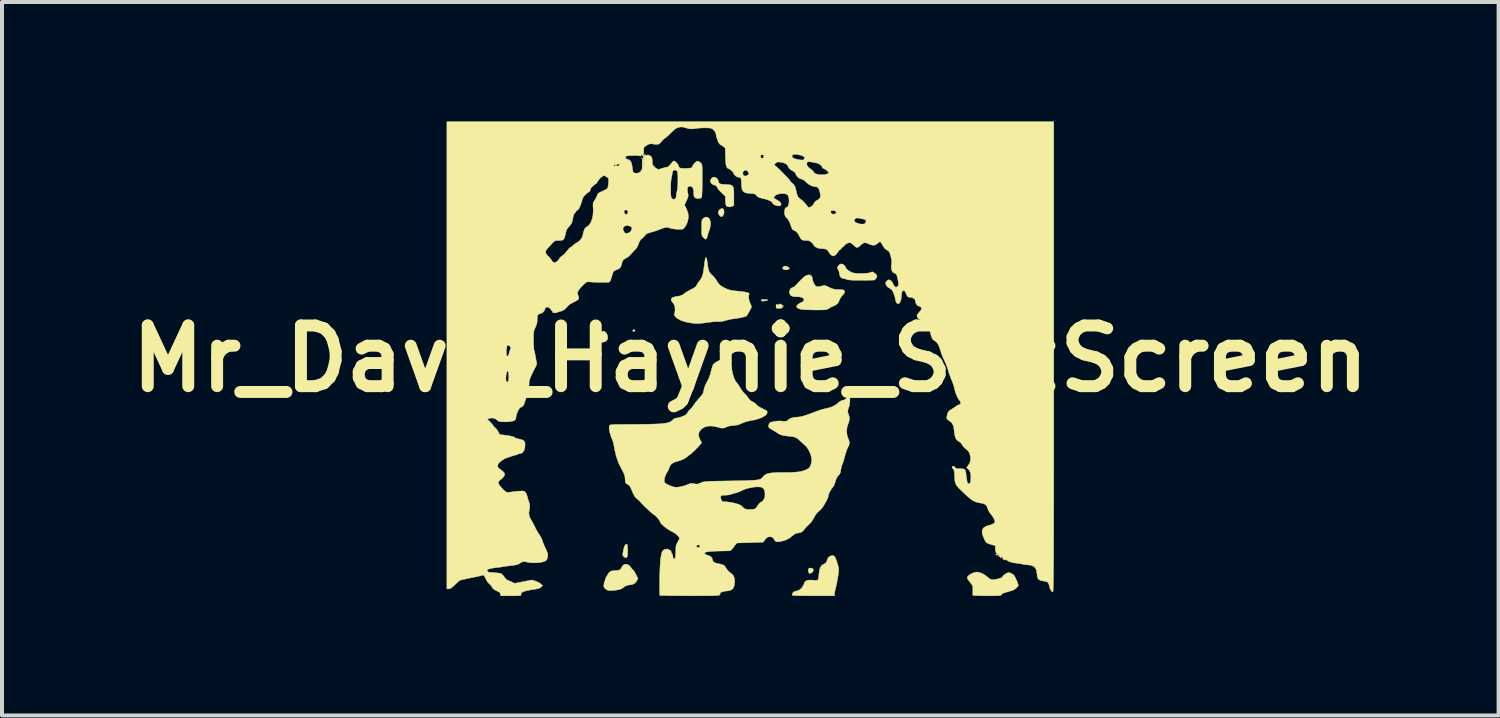
<source format=kicad_pcb>
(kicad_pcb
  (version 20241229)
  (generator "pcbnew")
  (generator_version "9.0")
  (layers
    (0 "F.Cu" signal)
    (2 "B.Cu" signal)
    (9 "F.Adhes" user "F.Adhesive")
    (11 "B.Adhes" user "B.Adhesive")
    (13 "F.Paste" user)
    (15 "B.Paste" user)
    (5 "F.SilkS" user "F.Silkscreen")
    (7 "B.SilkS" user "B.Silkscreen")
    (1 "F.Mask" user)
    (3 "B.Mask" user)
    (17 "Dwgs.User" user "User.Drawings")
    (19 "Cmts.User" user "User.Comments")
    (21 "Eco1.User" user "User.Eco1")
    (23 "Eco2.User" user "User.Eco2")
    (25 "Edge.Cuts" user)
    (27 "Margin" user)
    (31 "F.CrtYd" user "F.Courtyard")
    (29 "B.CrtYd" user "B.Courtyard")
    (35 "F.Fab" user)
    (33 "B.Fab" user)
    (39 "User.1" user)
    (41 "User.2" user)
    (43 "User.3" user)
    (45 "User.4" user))
  (footprint "Mr_Dave_Haynie_SilkScreen"
    (layer "F.Cu")
    (at 15.792 5.958)
    (property "Reference" "Mr_Dave_Haynie_SilkScreen" (at 0 0 0) (layer "F.SilkS") (effects (font (size 1.524 1.524) (thickness 0.3))))
    (attr through_hole)
    (fp_poly (pts (xy -2.731 -5.04) (xy -2.738 -5.032) (xy -2.746 -5.04) (xy -2.738 -5.048) (xy -2.731 -5.04)) (stroke (width 0.01) (type solid)) (fill yes) (layer "F.SilkS"))
    (fp_poly (pts (xy 6.334 5.024) (xy 6.326 5.032) (xy 6.318 5.024) (xy 6.326 5.016) (xy 6.334 5.024)) (stroke (width 0.01) (type solid)) (fill yes) (layer "F.SilkS"))
    (fp_poly (pts (xy 6.191 4.917) (xy 6.191 4.921) (xy 6.186 4.937) (xy 6.184 4.937) (xy 6.171 4.926) (xy 6.167 4.921) (xy 6.169 4.907) (xy 6.174 4.905) (xy 6.191 4.917)) (stroke (width 0.01) (type solid)) (fill yes) (layer "F.SilkS"))
    (fp_poly (pts (xy 0.412 -1.484) (xy 0.44 -1.477) (xy 0.437 -1.468) (xy 0.405 -1.459) (xy 0.385 -1.455) (xy 0.332 -1.447) (xy 0.302 -1.446) (xy 0.286 -1.451) (xy 0.28 -1.455) (xy 0.27 -1.473) (xy 0.285 -1.483) (xy 0.328 -1.487) (xy 0.357 -1.487) (xy 0.412 -1.484)) (stroke (width 0.01) (type solid)) (fill yes) (layer "F.SilkS"))
    (fp_poly (pts (xy 1.559 5.266) (xy 1.583 5.293) (xy 1.583 5.328) (xy 1.558 5.362) (xy 1.541 5.373) (xy 1.504 5.392) (xy 1.484 5.393) (xy 1.471 5.374) (xy 1.46 5.35) (xy 1.452 5.302) (xy 1.468 5.268) (xy 1.509 5.255) (xy 1.515 5.255) (xy 1.559 5.266)) (stroke (width 0.01) (type solid)) (fill yes) (layer "F.SilkS"))
    (fp_poly (pts (xy -2.899 -0.72) (xy -2.895 -0.706) (xy -2.908 -0.687) (xy -2.924 -0.683) (xy -2.948 -0.693) (xy -2.953 -0.706) (xy -2.937 -0.706) (xy -2.929 -0.699) (xy -2.921 -0.706) (xy -2.929 -0.714) (xy -2.937 -0.706) (xy -2.953 -0.706) (xy -2.94 -0.726) (xy -2.924 -0.73) (xy -2.899 -0.72)) (stroke (width 0.01) (type solid)) (fill yes) (layer "F.SilkS"))
    (fp_poly (pts (xy -0.67 -3.746) (xy -0.666 -3.736) (xy -0.657 -3.676) (xy -0.671 -3.618) (xy -0.697 -3.581) (xy -0.718 -3.566) (xy -0.738 -3.569) (xy -0.767 -3.592) (xy -0.802 -3.638) (xy -0.807 -3.687) (xy -0.782 -3.732) (xy -0.768 -3.745) (xy -0.723 -3.773) (xy -0.692 -3.773) (xy -0.67 -3.746)) (stroke (width 0.01) (type solid)) (fill yes) (layer "F.SilkS"))
    (fp_poly (pts (xy 0.908 -2.321) (xy 0.932 -2.309) (xy 0.971 -2.284) (xy 0.982 -2.266) (xy 0.966 -2.25) (xy 0.956 -2.246) (xy 0.902 -2.23) (xy 0.854 -2.236) (xy 0.845 -2.239) (xy 0.815 -2.262) (xy 0.814 -2.291) (xy 0.842 -2.318) (xy 0.844 -2.319) (xy 0.875 -2.329) (xy 0.908 -2.321)) (stroke (width 0.01) (type solid)) (fill yes) (layer "F.SilkS"))
    (fp_poly (pts (xy -3.097 4.658) (xy -3.09 4.678) (xy -3.084 4.721) (xy -3.081 4.778) (xy -3.08 4.841) (xy -3.082 4.901) (xy -3.086 4.949) (xy -3.09 4.965) (xy -3.109 4.994) (xy -3.14 4.996) (xy -3.178 4.971) (xy -3.181 4.969) (xy -3.194 4.954) (xy -3.202 4.938) (xy -3.204 4.916) (xy -3.199 4.879) (xy -3.189 4.823) (xy -3.177 4.765) (xy -3.16 4.709) (xy -3.136 4.67) (xy -3.111 4.655) (xy -3.097 4.658)) (stroke (width 0.01) (type solid)) (fill yes) (layer "F.SilkS"))
    (fp_poly (pts (xy -3.641 -0.673) (xy -3.604 -0.626) (xy -3.58 -0.555) (xy -3.58 -0.554) (xy -3.583 -0.496) (xy -3.611 -0.452) (xy -3.661 -0.423) (xy -3.728 -0.411) (xy -3.803 -0.42) (xy -3.864 -0.436) (xy -3.899 -0.451) (xy -3.916 -0.47) (xy -3.921 -0.497) (xy -3.921 -0.5) (xy -3.911 -0.536) (xy -3.886 -0.577) (xy -3.855 -0.613) (xy -3.825 -0.633) (xy -3.817 -0.635) (xy -3.796 -0.643) (xy -3.794 -0.649) (xy -3.781 -0.664) (xy -3.749 -0.682) (xy -3.746 -0.683) (xy -3.689 -0.692) (xy -3.641 -0.673)) (stroke (width 0.01) (type solid)) (fill yes) (layer "F.SilkS"))
    (fp_poly (pts (xy -1.038 -3.528) (xy -1.033 -3.522) (xy -1.011 -3.476) (xy -1 -3.411) (xy -1.002 -3.337) (xy -1.016 -3.266) (xy -1.03 -3.23) (xy -1.051 -3.173) (xy -1.067 -3.115) (xy -1.069 -3.106) (xy -1.083 -3.052) (xy -1.103 -3.014) (xy -1.126 -3) (xy -1.143 -3.011) (xy -1.172 -3.037) (xy -1.18 -3.045) (xy -1.197 -3.065) (xy -1.209 -3.084) (xy -1.217 -3.111) (xy -1.221 -3.15) (xy -1.222 -3.208) (xy -1.222 -3.288) (xy -1.222 -3.371) (xy -1.22 -3.429) (xy -1.216 -3.467) (xy -1.209 -3.491) (xy -1.197 -3.509) (xy -1.184 -3.523) (xy -1.133 -3.554) (xy -1.082 -3.556) (xy -1.038 -3.528)) (stroke (width 0.01) (type solid)) (fill yes) (layer "F.SilkS"))
    (fp_poly (pts (xy 0.769 -1.366) (xy 0.773 -1.363) (xy 0.806 -1.339) (xy 0.826 -1.329) (xy 0.839 -1.322) (xy 0.822 -1.319) (xy 0.822 -1.319) (xy 0.803 -1.308) (xy 0.804 -1.294) (xy 0.802 -1.276) (xy 0.775 -1.269) (xy 0.768 -1.269) (xy 0.724 -1.266) (xy 0.696 -1.262) (xy 0.665 -1.266) (xy 0.655 -1.272) (xy 0.646 -1.295) (xy 0.646 -1.326) (xy 0.653 -1.354) (xy 0.664 -1.369) (xy 0.673 -1.367) (xy 0.705 -1.35) (xy 0.718 -1.357) (xy 0.746 -1.357) (xy 0.754 -1.349) (xy 0.762 -1.357) (xy 0.754 -1.365) (xy 0.746 -1.357) (xy 0.718 -1.357) (xy 0.728 -1.363) (xy 0.731 -1.367) (xy 0.746 -1.379) (xy 0.769 -1.366)) (stroke (width 0.01) (type solid)) (fill yes) (layer "F.SilkS"))
    (fp_poly (pts (xy -0.876 -4.554) (xy -0.836 -4.527) (xy -0.809 -4.48) (xy -0.804 -4.464) (xy -0.794 -4.427) (xy -0.778 -4.403) (xy -0.751 -4.389) (xy -0.705 -4.381) (xy -0.635 -4.376) (xy -0.624 -4.376) (xy -0.55 -4.372) (xy -0.495 -4.364) (xy -0.458 -4.348) (xy -0.434 -4.32) (xy -0.42 -4.275) (xy -0.414 -4.209) (xy -0.413 -4.117) (xy -0.413 -4.074) (xy -0.413 -3.847) (xy -0.453 -3.828) (xy -0.51 -3.813) (xy -0.563 -3.815) (xy -0.601 -3.835) (xy -0.601 -3.836) (xy -0.614 -3.867) (xy -0.623 -3.922) (xy -0.626 -3.969) (xy -0.628 -4.079) (xy -0.727 -4.173) (xy -0.772 -4.219) (xy -0.806 -4.258) (xy -0.824 -4.284) (xy -0.826 -4.289) (xy -0.839 -4.319) (xy -0.87 -4.347) (xy -0.907 -4.364) (xy -0.92 -4.366) (xy -0.949 -4.378) (xy -0.98 -4.407) (xy -0.982 -4.41) (xy -1.002 -4.444) (xy -1.003 -4.473) (xy -0.991 -4.505) (xy -0.961 -4.545) (xy -0.92 -4.56) (xy -0.876 -4.554)) (stroke (width 0.01) (type solid)) (fill yes) (layer "F.SilkS"))
    (fp_poly (pts (xy -3.097 5.162) (xy -3.044 5.191) (xy -2.994 5.247) (xy -2.993 5.248) (xy -2.965 5.286) (xy -2.938 5.312) (xy -2.938 5.312) (xy -2.918 5.336) (xy -2.892 5.378) (xy -2.867 5.426) (xy -2.821 5.522) (xy -2.853 5.583) (xy -2.896 5.637) (xy -2.96 5.67) (xy -3.046 5.682) (xy -3.051 5.682) (xy -3.114 5.696) (xy -3.163 5.728) (xy -3.218 5.768) (xy -3.281 5.794) (xy -3.361 5.811) (xy -3.445 5.82) (xy -3.51 5.823) (xy -3.555 5.821) (xy -3.588 5.811) (xy -3.616 5.795) (xy -3.655 5.766) (xy -3.676 5.735) (xy -3.68 5.693) (xy -3.67 5.632) (xy -3.667 5.622) (xy -3.628 5.5) (xy -3.567 5.397) (xy -3.55 5.375) (xy -3.522 5.348) (xy -3.49 5.332) (xy -3.442 5.324) (xy -3.418 5.323) (xy -3.347 5.317) (xy -3.3 5.309) (xy -3.27 5.296) (xy -3.251 5.276) (xy -3.234 5.243) (xy -3.234 5.243) (xy -3.197 5.188) (xy -3.15 5.161) (xy -3.097 5.162)) (stroke (width 0.01) (type solid)) (fill yes) (layer "F.SilkS"))
    (fp_poly (pts (xy 2.34 -2.363) (xy 2.363 -2.341) (xy 2.386 -2.31) (xy 2.397 -2.287) (xy 2.397 -2.286) (xy 2.411 -2.259) (xy 2.447 -2.226) (xy 2.497 -2.194) (xy 2.553 -2.166) (xy 2.604 -2.15) (xy 2.66 -2.143) (xy 2.732 -2.14) (xy 2.811 -2.141) (xy 2.889 -2.144) (xy 2.956 -2.151) (xy 3.004 -2.16) (xy 3.017 -2.165) (xy 3.05 -2.179) (xy 3.075 -2.179) (xy 3.105 -2.161) (xy 3.12 -2.149) (xy 3.155 -2.12) (xy 3.177 -2.095) (xy 3.18 -2.09) (xy 3.178 -2.06) (xy 3.16 -2.021) (xy 3.134 -1.989) (xy 3.119 -1.978) (xy 3.095 -1.975) (xy 3.046 -1.973) (xy 2.975 -1.971) (xy 2.888 -1.97) (xy 2.791 -1.969) (xy 2.781 -1.969) (xy 2.662 -1.97) (xy 2.571 -1.972) (xy 2.504 -1.976) (xy 2.456 -1.982) (xy 2.423 -1.99) (xy 2.415 -1.993) (xy 2.368 -2.009) (xy 2.327 -2.016) (xy 2.325 -2.016) (xy 2.285 -2.031) (xy 2.254 -2.068) (xy 2.239 -2.121) (xy 2.238 -2.135) (xy 2.23 -2.182) (xy 2.209 -2.231) (xy 2.208 -2.232) (xy 2.189 -2.267) (xy 2.187 -2.291) (xy 2.202 -2.321) (xy 2.208 -2.332) (xy 2.246 -2.371) (xy 2.292 -2.382) (xy 2.34 -2.363)) (stroke (width 0.01) (type solid)) (fill yes) (layer "F.SilkS"))
    (fp_poly (pts (xy 2.103 4.955) (xy 2.127 4.985) (xy 2.151 5.036) (xy 2.178 5.114) (xy 2.183 5.132) (xy 2.203 5.197) (xy 2.215 5.246) (xy 2.219 5.29) (xy 2.217 5.34) (xy 2.209 5.407) (xy 2.207 5.425) (xy 2.193 5.517) (xy 2.174 5.619) (xy 2.154 5.713) (xy 2.149 5.731) (xy 2.133 5.799) (xy 2.12 5.86) (xy 2.113 5.904) (xy 2.111 5.917) (xy 2.111 5.953) (xy 1.58 5.953) (xy 1.432 5.953) (xy 1.305 5.951) (xy 1.202 5.949) (xy 1.123 5.947) (xy 1.071 5.943) (xy 1.049 5.939) (xy 1.048 5.938) (xy 1.054 5.913) (xy 1.065 5.884) (xy 1.086 5.857) (xy 1.123 5.841) (xy 1.156 5.834) (xy 1.231 5.808) (xy 1.293 5.755) (xy 1.337 5.681) (xy 1.346 5.656) (xy 1.368 5.608) (xy 1.403 5.577) (xy 1.455 5.561) (xy 1.529 5.558) (xy 1.579 5.562) (xy 1.637 5.566) (xy 1.675 5.565) (xy 1.698 5.552) (xy 1.71 5.522) (xy 1.718 5.471) (xy 1.723 5.411) (xy 1.736 5.317) (xy 1.754 5.249) (xy 1.78 5.204) (xy 1.816 5.174) (xy 1.83 5.168) (xy 1.884 5.138) (xy 1.915 5.1) (xy 1.931 5.052) (xy 1.954 4.995) (xy 2 4.959) (xy 2.041 4.946) (xy 2.075 4.944) (xy 2.103 4.955)) (stroke (width 0.01) (type solid)) (fill yes) (layer "F.SilkS"))
    (fp_poly (pts (xy 5.754 5.368) (xy 5.775 5.374) (xy 5.845 5.404) (xy 5.915 5.449) (xy 5.932 5.463) (xy 5.989 5.51) (xy 6.033 5.538) (xy 6.076 5.55) (xy 6.126 5.547) (xy 6.196 5.534) (xy 6.199 5.533) (xy 6.264 5.517) (xy 6.305 5.501) (xy 6.328 5.483) (xy 6.337 5.47) (xy 6.361 5.439) (xy 6.401 5.407) (xy 6.415 5.398) (xy 6.46 5.377) (xy 6.494 5.372) (xy 6.53 5.381) (xy 6.578 5.404) (xy 6.616 5.434) (xy 6.636 5.463) (xy 6.661 5.511) (xy 6.687 5.568) (xy 6.711 5.625) (xy 6.726 5.671) (xy 6.731 5.693) (xy 6.719 5.715) (xy 6.691 5.746) (xy 6.654 5.778) (xy 6.618 5.804) (xy 6.612 5.807) (xy 6.582 5.818) (xy 6.531 5.834) (xy 6.469 5.853) (xy 6.447 5.858) (xy 6.376 5.88) (xy 6.331 5.898) (xy 6.31 5.916) (xy 6.306 5.924) (xy 6.302 5.933) (xy 6.292 5.94) (xy 6.273 5.946) (xy 6.24 5.949) (xy 6.19 5.951) (xy 6.118 5.953) (xy 6.022 5.953) (xy 5.943 5.953) (xy 5.841 5.953) (xy 5.75 5.951) (xy 5.675 5.949) (xy 5.62 5.946) (xy 5.591 5.943) (xy 5.587 5.941) (xy 5.587 5.92) (xy 5.587 5.877) (xy 5.588 5.82) (xy 5.588 5.816) (xy 5.588 5.756) (xy 5.583 5.716) (xy 5.569 5.683) (xy 5.542 5.644) (xy 5.518 5.614) (xy 5.482 5.567) (xy 5.456 5.527) (xy 5.445 5.502) (xy 5.445 5.502) (xy 5.459 5.469) (xy 5.496 5.433) (xy 5.549 5.399) (xy 5.609 5.374) (xy 5.612 5.373) (xy 5.665 5.36) (xy 5.706 5.358) (xy 5.754 5.368)) (stroke (width 0.01) (type solid)) (fill yes) (layer "F.SilkS"))
    (fp_poly (pts (xy 1.501 -2.102) (xy 1.537 -2.081) (xy 1.555 -2.041) (xy 1.556 -2.027) (xy 1.565 -1.974) (xy 1.586 -1.914) (xy 1.613 -1.86) (xy 1.639 -1.829) (xy 1.67 -1.812) (xy 1.709 -1.808) (xy 1.766 -1.818) (xy 1.797 -1.827) (xy 1.837 -1.837) (xy 1.867 -1.839) (xy 1.899 -1.831) (xy 1.943 -1.812) (xy 1.979 -1.794) (xy 2.051 -1.761) (xy 2.111 -1.744) (xy 2.177 -1.737) (xy 2.187 -1.737) (xy 2.259 -1.735) (xy 2.307 -1.732) (xy 2.336 -1.727) (xy 2.352 -1.718) (xy 2.362 -1.704) (xy 2.365 -1.699) (xy 2.372 -1.677) (xy 2.363 -1.653) (xy 2.337 -1.619) (xy 2.317 -1.597) (xy 2.279 -1.548) (xy 2.249 -1.499) (xy 2.237 -1.472) (xy 2.206 -1.403) (xy 2.154 -1.353) (xy 2.094 -1.325) (xy 2.047 -1.306) (xy 2.009 -1.287) (xy 2.001 -1.281) (xy 1.972 -1.26) (xy 1.943 -1.245) (xy 1.909 -1.235) (xy 1.863 -1.228) (xy 1.802 -1.225) (xy 1.718 -1.224) (xy 1.631 -1.224) (xy 1.535 -1.226) (xy 1.443 -1.228) (xy 1.364 -1.232) (xy 1.305 -1.236) (xy 1.279 -1.239) (xy 1.21 -1.258) (xy 1.171 -1.285) (xy 1.162 -1.318) (xy 1.184 -1.354) (xy 1.236 -1.391) (xy 1.263 -1.405) (xy 1.317 -1.433) (xy 1.344 -1.458) (xy 1.349 -1.476) (xy 1.335 -1.514) (xy 1.294 -1.54) (xy 1.23 -1.554) (xy 1.18 -1.554) (xy 1.11 -1.557) (xy 1.052 -1.569) (xy 1.014 -1.589) (xy 1 -1.614) (xy 0.992 -1.633) (xy 0.986 -1.635) (xy 0.979 -1.648) (xy 0.982 -1.679) (xy 0.992 -1.716) (xy 1.007 -1.75) (xy 1.018 -1.765) (xy 1.052 -1.786) (xy 1.071 -1.791) (xy 1.102 -1.807) (xy 1.137 -1.837) (xy 1.143 -1.844) (xy 1.199 -1.906) (xy 1.268 -1.976) (xy 1.338 -2.043) (xy 1.341 -2.047) (xy 1.397 -2.086) (xy 1.452 -2.104) (xy 1.501 -2.102)) (stroke (width 0.01) (type solid)) (fill yes) (layer "F.SilkS"))
    (fp_poly (pts (xy -1.097 -2.518) (xy -1.086 -2.461) (xy -1.077 -2.402) (xy -1.065 -2.309) (xy -1.051 -2.241) (xy -1.035 -2.191) (xy -1.012 -2.152) (xy -0.981 -2.119) (xy -0.961 -2.101) (xy -0.913 -2.053) (xy -0.868 -1.996) (xy -0.852 -1.97) (xy -0.811 -1.904) (xy -0.768 -1.854) (xy -0.714 -1.813) (xy -0.639 -1.773) (xy -0.629 -1.769) (xy -0.571 -1.743) (xy -0.518 -1.726) (xy -0.458 -1.713) (xy -0.383 -1.704) (xy -0.333 -1.699) (xy -0.218 -1.687) (xy -0.128 -1.674) (xy -0.066 -1.659) (xy -0.032 -1.644) (xy -0.027 -1.63) (xy -0.041 -1.582) (xy -0.039 -1.517) (xy -0.023 -1.443) (xy -0.004 -1.392) (xy 0.019 -1.34) (xy 0.028 -1.307) (xy 0.026 -1.284) (xy 0.016 -1.265) (xy -0.004 -1.231) (xy -0.03 -1.182) (xy -0.044 -1.155) (xy -0.068 -1.111) (xy -0.088 -1.08) (xy -0.096 -1.071) (xy -0.13 -1.058) (xy -0.185 -1.043) (xy -0.254 -1.028) (xy -0.327 -1.015) (xy -0.391 -1.007) (xy -0.465 -0.996) (xy -0.549 -0.979) (xy -0.616 -0.96) (xy -0.706 -0.937) (xy -0.776 -0.931) (xy -0.792 -0.932) (xy -0.831 -0.933) (xy -0.893 -0.93) (xy -0.969 -0.923) (xy -1.049 -0.913) (xy -1.151 -0.899) (xy -1.229 -0.889) (xy -1.29 -0.884) (xy -1.343 -0.883) (xy -1.393 -0.886) (xy -1.449 -0.892) (xy -1.508 -0.901) (xy -1.62 -0.922) (xy -1.717 -0.952) (xy -1.754 -0.968) (xy -1.815 -1.001) (xy -1.862 -1.034) (xy -1.89 -1.063) (xy -1.895 -1.084) (xy -1.893 -1.086) (xy -1.896 -1.094) (xy -1.904 -1.095) (xy -1.916 -1.103) (xy -1.909 -1.115) (xy -1.898 -1.147) (xy -1.892 -1.198) (xy -1.891 -1.257) (xy -1.897 -1.31) (xy -1.904 -1.338) (xy -1.927 -1.381) (xy -1.959 -1.423) (xy -1.959 -1.424) (xy -1.985 -1.461) (xy -1.987 -1.494) (xy -1.985 -1.499) (xy -1.97 -1.525) (xy -1.959 -1.532) (xy -1.934 -1.54) (xy -1.924 -1.546) (xy -1.893 -1.557) (xy -1.852 -1.564) (xy -1.77 -1.577) (xy -1.71 -1.599) (xy -1.661 -1.634) (xy -1.659 -1.636) (xy -1.622 -1.664) (xy -1.566 -1.698) (xy -1.503 -1.731) (xy -1.49 -1.738) (xy -1.425 -1.771) (xy -1.383 -1.798) (xy -1.358 -1.825) (xy -1.348 -1.846) (xy -1.323 -1.891) (xy -1.288 -1.939) (xy -1.279 -1.95) (xy -1.241 -2) (xy -1.212 -2.059) (xy -1.189 -2.134) (xy -1.171 -2.23) (xy -1.159 -2.328) (xy -1.146 -2.43) (xy -1.134 -2.499) (xy -1.121 -2.537) (xy -1.109 -2.544) (xy -1.097 -2.518)) (stroke (width 0.01) (type solid)) (fill yes) (layer "F.SilkS"))
    (fp_poly (pts (xy -0.612 0.056) (xy -0.563 0.078) (xy -0.529 0.099) (xy -0.505 0.126) (xy -0.488 0.166) (xy -0.474 0.224) (xy -0.46 0.294) (xy -0.434 0.412) (xy -0.402 0.503) (xy -0.365 0.572) (xy -0.341 0.601) (xy -0.301 0.653) (xy -0.264 0.713) (xy -0.255 0.73) (xy -0.223 0.781) (xy -0.178 0.838) (xy -0.145 0.873) (xy -0.101 0.92) (xy -0.063 0.967) (xy -0.044 0.996) (xy 0.00043 1.048) (xy 0.052 1.078) (xy 0.1 1.105) (xy 0.139 1.138) (xy 0.148 1.15) (xy 0.178 1.179) (xy 0.23 1.213) (xy 0.293 1.247) (xy 0.349 1.274) (xy 0.393 1.298) (xy 0.418 1.314) (xy 0.42 1.317) (xy 0.424 1.342) (xy 0.419 1.373) (xy 0.395 1.411) (xy 0.344 1.448) (xy 0.272 1.484) (xy 0.182 1.516) (xy 0.081 1.542) (xy 0.003 1.555) (xy -0.106 1.58) (xy -0.209 1.62) (xy -0.21 1.621) (xy -0.283 1.653) (xy -0.354 1.67) (xy -0.425 1.677) (xy -0.518 1.688) (xy -0.589 1.709) (xy -0.6 1.715) (xy -0.647 1.736) (xy -0.693 1.744) (xy -0.746 1.739) (xy -0.816 1.721) (xy -0.84 1.714) (xy -0.949 1.692) (xy -1.052 1.692) (xy -1.144 1.715) (xy -1.219 1.76) (xy -1.238 1.778) (xy -1.282 1.837) (xy -1.299 1.897) (xy -1.291 1.963) (xy -1.261 2.033) (xy -1.221 2.113) (xy -1.325 2.228) (xy -1.378 2.284) (xy -1.432 2.337) (xy -1.478 2.378) (xy -1.493 2.39) (xy -1.548 2.431) (xy -1.605 2.475) (xy -1.619 2.486) (xy -1.681 2.524) (xy -1.76 2.556) (xy -1.789 2.564) (xy -1.877 2.59) (xy -1.94 2.616) (xy -1.984 2.647) (xy -2.015 2.688) (xy -2.039 2.744) (xy -2.046 2.765) (xy -2.068 2.817) (xy -2.096 2.862) (xy -2.098 2.865) (xy -2.123 2.909) (xy -2.144 2.967) (xy -2.157 3.028) (xy -2.16 3.08) (xy -2.155 3.105) (xy -2.133 3.127) (xy -2.086 3.155) (xy -2.021 3.185) (xy -2.019 3.185) (xy -1.956 3.21) (xy -1.909 3.223) (xy -1.868 3.228) (xy -1.819 3.225) (xy -1.789 3.221) (xy -1.714 3.207) (xy -1.635 3.184) (xy -1.587 3.165) (xy -1.532 3.142) (xy -1.492 3.132) (xy -1.453 3.132) (xy -1.409 3.14) (xy -1.356 3.148) (xy -1.317 3.146) (xy -1.274 3.131) (xy -1.246 3.118) (xy -1.223 3.108) (xy -1.2 3.099) (xy -1.173 3.092) (xy -1.139 3.087) (xy -1.094 3.083) (xy -1.033 3.08) (xy -0.954 3.077) (xy -0.851 3.075) (xy -0.722 3.072) (xy -0.683 3.071) (xy -0.488 3.068) (xy -0.322 3.065) (xy -0.183 3.062) (xy -0.068 3.059) (xy 0.025 3.055) (xy 0.1 3.051) (xy 0.158 3.045) (xy 0.202 3.039) (xy 0.235 3.03) (xy 0.26 3.02) (xy 0.279 3.008) (xy 0.294 2.994) (xy 0.308 2.977) (xy 0.318 2.964) (xy 0.351 2.93) (xy 0.391 2.903) (xy 0.444 2.883) (xy 0.513 2.87) (xy 0.602 2.861) (xy 0.714 2.857) (xy 0.844 2.857) (xy 0.994 2.856) (xy 1.116 2.85) (xy 1.217 2.84) (xy 1.3 2.824) (xy 1.37 2.801) (xy 1.407 2.785) (xy 1.454 2.76) (xy 1.486 2.731) (xy 1.509 2.692) (xy 1.528 2.634) (xy 1.538 2.598) (xy 1.542 2.531) (xy 1.528 2.45) (xy 1.499 2.364) (xy 1.459 2.281) (xy 1.41 2.21) (xy 1.366 2.167) (xy 1.332 2.139) (xy 1.288 2.098) (xy 1.256 2.068) (xy 1.201 2.017) (xy 1.151 1.984) (xy 1.097 1.964) (xy 1.027 1.952) (xy 0.976 1.947) (xy 0.876 1.936) (xy 0.799 1.921) (xy 0.739 1.9) (xy 0.688 1.871) (xy 0.681 1.866) (xy 0.63 1.832) (xy 0.574 1.798) (xy 0.564 1.793) (xy 0.505 1.759) (xy 0.471 1.732) (xy 0.457 1.707) (xy 0.459 1.677) (xy 0.464 1.662) (xy 0.474 1.631) (xy 0.484 1.612) (xy 0.502 1.6) (xy 0.534 1.591) (xy 0.59 1.578) (xy 0.59 1.577) (xy 0.703 1.562) (xy 0.778 1.565) (xy 0.842 1.573) (xy 0.884 1.572) (xy 0.915 1.563) (xy 0.942 1.543) (xy 0.945 1.54) (xy 0.985 1.51) (xy 1.03 1.489) (xy 1.087 1.476) (xy 1.167 1.468) (xy 1.169 1.467) (xy 1.221 1.462) (xy 1.271 1.454) (xy 1.325 1.441) (xy 1.388 1.422) (xy 1.466 1.395) (xy 1.564 1.359) (xy 1.651 1.325) (xy 1.726 1.298) (xy 1.803 1.274) (xy 1.869 1.257) (xy 1.881 1.255) (xy 1.991 1.229) (xy 2.079 1.196) (xy 2.153 1.152) (xy 2.196 1.117) (xy 2.241 1.081) (xy 2.281 1.056) (xy 2.304 1.048) (xy 2.361 1.034) (xy 2.411 0.999) (xy 2.442 0.952) (xy 2.443 0.952) (xy 2.46 0.919) (xy 2.479 0.908) (xy 2.48 0.909) (xy 2.492 0.928) (xy 2.499 0.97) (xy 2.502 1.027) (xy 2.499 1.09) (xy 2.492 1.151) (xy 2.481 1.201) (xy 2.473 1.221) (xy 2.448 1.292) (xy 2.452 1.358) (xy 2.466 1.394) (xy 2.489 1.477) (xy 2.482 1.565) (xy 2.458 1.632) (xy 2.429 1.721) (xy 2.42 1.823) (xy 2.431 1.925) (xy 2.457 2.003) (xy 2.483 2.069) (xy 2.49 2.122) (xy 2.476 2.174) (xy 2.454 2.217) (xy 2.434 2.261) (xy 2.41 2.326) (xy 2.387 2.401) (xy 2.375 2.444) (xy 2.355 2.517) (xy 2.335 2.584) (xy 2.317 2.634) (xy 2.308 2.654) (xy 2.292 2.698) (xy 2.279 2.757) (xy 2.274 2.791) (xy 2.263 2.855) (xy 2.242 2.899) (xy 2.224 2.92) (xy 2.186 2.964) (xy 2.158 3.016) (xy 2.134 3.087) (xy 2.126 3.117) (xy 2.098 3.187) (xy 2.055 3.248) (xy 2.054 3.249) (xy 2.019 3.298) (xy 1.986 3.359) (xy 1.962 3.422) (xy 1.953 3.473) (xy 1.953 3.473) (xy 1.945 3.496) (xy 1.926 3.539) (xy 1.897 3.595) (xy 1.877 3.631) (xy 1.823 3.72) (xy 1.772 3.784) (xy 1.727 3.824) (xy 1.671 3.877) (xy 1.622 3.947) (xy 1.595 3.996) (xy 1.534 4.097) (xy 1.464 4.172) (xy 1.46 4.175) (xy 1.413 4.219) (xy 1.371 4.265) (xy 1.35 4.293) (xy 1.317 4.332) (xy 1.28 4.357) (xy 1.274 4.359) (xy 1.238 4.369) (xy 1.218 4.374) (xy 1.195 4.378) (xy 1.168 4.38) (xy 1.134 4.391) (xy 1.092 4.419) (xy 1.077 4.431) (xy 0.979 4.509) (xy 0.878 4.558) (xy 0.833 4.571) (xy 0.757 4.589) (xy 0.704 4.598) (xy 0.67 4.599) (xy 0.645 4.591) (xy 0.625 4.575) (xy 0.621 4.571) (xy 0.597 4.54) (xy 0.587 4.517) (xy 0.574 4.5) (xy 0.543 4.481) (xy 0.539 4.479) (xy 0.48 4.468) (xy 0.423 4.487) (xy 0.374 4.535) (xy 0.364 4.55) (xy 0.342 4.584) (xy 0.329 4.604) (xy 0.328 4.606) (xy 0.312 4.607) (xy 0.269 4.608) (xy 0.204 4.611) (xy 0.121 4.614) (xy 0.025 4.617) (xy -0.004 4.618) (xy -0.333 4.628) (xy -0.373 4.671) (xy -0.399 4.701) (xy -0.412 4.721) (xy -0.413 4.723) (xy -0.423 4.739) (xy -0.448 4.769) (xy -0.456 4.778) (xy -0.5 4.824) (xy -0.786 4.83) (xy -0.914 4.834) (xy -1.013 4.841) (xy -1.083 4.85) (xy -1.127 4.862) (xy -1.147 4.877) (xy -1.144 4.895) (xy -1.141 4.9) (xy -1.115 4.917) (xy -1.073 4.936) (xy -1.058 4.94) (xy -1 4.964) (xy -0.966 4.998) (xy -0.947 5.052) (xy -0.945 5.059) (xy -0.937 5.087) (xy -0.92 5.107) (xy -0.889 5.124) (xy -0.839 5.139) (xy -0.764 5.155) (xy -0.746 5.159) (xy -0.686 5.176) (xy -0.649 5.197) (xy -0.643 5.204) (xy -0.59 5.288) (xy -0.538 5.348) (xy -0.493 5.381) (xy -0.436 5.432) (xy -0.402 5.499) (xy -0.391 5.586) (xy -0.399 5.672) (xy -0.416 5.739) (xy -0.446 5.784) (xy -0.494 5.813) (xy -0.566 5.83) (xy -0.597 5.833) (xy -0.673 5.845) (xy -0.728 5.863) (xy -0.757 5.884) (xy -0.761 5.9) (xy -0.759 5.912) (xy -0.76 5.922) (xy -0.767 5.931) (xy -0.782 5.937) (xy -0.808 5.942) (xy -0.848 5.946) (xy -0.904 5.949) (xy -0.978 5.951) (xy -1.073 5.952) (xy -1.193 5.953) (xy -1.339 5.953) (xy -1.514 5.953) (xy -1.515 5.953) (xy -1.667 5.953) (xy -1.808 5.952) (xy -1.937 5.951) (xy -2.049 5.95) (xy -2.142 5.948) (xy -2.213 5.946) (xy -2.258 5.944) (xy -2.274 5.941) (xy -2.276 5.922) (xy -2.277 5.877) (xy -2.278 5.809) (xy -2.278 5.725) (xy -2.278 5.629) (xy -2.278 5.612) (xy -2.275 5.418) (xy -2.269 5.254) (xy -2.261 5.119) (xy -2.254 5.054) (xy -1.916 5.054) (xy -1.913 5.063) (xy -1.905 5.064) (xy -1.892 5.058) (xy -1.894 5.054) (xy -1.913 5.052) (xy -1.916 5.054) (xy -2.254 5.054) (xy -2.25 5.009) (xy -2.236 4.925) (xy -2.219 4.863) (xy -2.198 4.822) (xy -2.185 4.808) (xy -2.152 4.79) (xy -2.112 4.781) (xy -2.074 4.78) (xy -2.051 4.789) (xy -2.048 4.797) (xy -2.042 4.808) (xy -2.037 4.805) (xy -2.019 4.803) (xy -1.998 4.822) (xy -1.985 4.85) (xy -1.984 4.86) (xy -1.978 4.884) (xy -1.97 4.889) (xy -1.96 4.904) (xy -1.949 4.939) (xy -1.946 4.961) (xy -1.937 5.003) (xy -1.927 5.029) (xy -1.923 5.032) (xy -1.901 5.023) (xy -1.885 4.994) (xy -1.877 4.942) (xy -1.873 4.862) (xy -1.873 4.844) (xy -1.872 4.771) (xy -1.868 4.719) (xy -1.864 4.701) (xy -1.356 4.701) (xy -1.352 4.72) (xy -1.348 4.724) (xy -1.316 4.745) (xy -1.282 4.735) (xy -1.272 4.725) (xy -1.263 4.699) (xy -1.278 4.681) (xy -1.307 4.675) (xy -1.334 4.683) (xy -1.356 4.701) (xy -1.864 4.701) (xy -1.859 4.679) (xy -1.843 4.641) (xy -1.826 4.609) (xy -1.8 4.562) (xy -1.783 4.526) (xy -1.778 4.51) (xy -1.79 4.482) (xy -1.82 4.446) (xy -1.86 4.407) (xy -1.903 4.376) (xy -1.92 4.367) (xy -2 4.325) (xy -2.078 4.276) (xy -2.149 4.225) (xy -2.208 4.174) (xy -2.25 4.129) (xy -2.269 4.092) (xy -2.27 4.085) (xy -2.281 4.06) (xy -2.309 4.023) (xy -2.348 3.979) (xy -2.39 3.938) (xy -2.429 3.907) (xy -2.445 3.897) (xy -2.472 3.878) (xy -2.517 3.839) (xy -2.573 3.786) (xy -2.638 3.724) (xy -2.705 3.657) (xy -2.769 3.589) (xy -2.78 3.577) (xy -2.822 3.537) (xy -2.863 3.502) (xy -0.744 3.502) (xy -0.731 3.544) (xy -0.709 3.577) (xy -0.685 3.589) (xy -0.665 3.591) (xy -0.623 3.593) (xy -0.587 3.595) (xy -0.528 3.602) (xy -0.454 3.615) (xy -0.379 3.631) (xy -0.373 3.633) (xy -0.3 3.655) (xy -0.249 3.677) (xy -0.213 3.704) (xy -0.202 3.715) (xy -0.161 3.754) (xy -0.119 3.776) (xy -0.065 3.786) (xy 0.01 3.786) (xy 0.016 3.786) (xy 0.077 3.78) (xy 0.116 3.77) (xy 0.139 3.752) (xy 0.143 3.748) (xy 0.167 3.715) (xy 0.199 3.671) (xy 0.206 3.66) (xy 0.234 3.626) (xy 0.257 3.606) (xy 0.263 3.604) (xy 0.293 3.59) (xy 0.325 3.555) (xy 0.352 3.511) (xy 0.366 3.466) (xy 0.366 3.461) (xy 0.368 3.381) (xy 0.361 3.325) (xy 0.345 3.284) (xy 0.329 3.261) (xy 0.305 3.238) (xy 0.279 3.226) (xy 0.24 3.22) (xy 0.187 3.219) (xy 0.131 3.22) (xy 0.088 3.224) (xy 0.068 3.228) (xy 0.045 3.235) (xy 0.002 3.243) (xy -0.025 3.246) (xy -0.079 3.258) (xy -0.146 3.281) (xy -0.213 3.31) (xy -0.214 3.311) (xy -0.27 3.337) (xy -0.315 3.356) (xy -0.343 3.365) (xy -0.346 3.366) (xy -0.371 3.371) (xy -0.415 3.384) (xy -0.457 3.398) (xy -0.537 3.419) (xy -0.615 3.427) (xy -0.628 3.427) (xy -0.678 3.427) (xy -0.716 3.432) (xy -0.728 3.435) (xy -0.744 3.462) (xy -0.744 3.502) (xy -2.863 3.502) (xy -2.866 3.499) (xy -2.868 3.498) (xy -2.902 3.459) (xy -2.939 3.392) (xy -2.969 3.324) (xy -2.998 3.254) (xy -3.022 3.208) (xy -3.044 3.179) (xy -3.07 3.162) (xy -3.072 3.161) (xy -3.114 3.137) (xy -3.135 3.109) (xy -3.142 3.065) (xy -3.143 3.04) (xy -3.147 2.981) (xy -3.16 2.923) (xy -3.185 2.859) (xy -3.225 2.781) (xy -3.253 2.731) (xy -3.315 2.602) (xy -3.367 2.451) (xy -3.406 2.288) (xy -3.422 2.191) (xy -3.435 2.128) (xy -3.457 2.056) (xy -3.479 2.002) (xy -3.51 1.92) (xy -3.532 1.839) (xy -3.544 1.764) (xy -3.544 1.706) (xy -3.539 1.687) (xy -3.534 1.676) (xy -3.526 1.668) (xy -3.512 1.662) (xy -3.486 1.657) (xy -3.447 1.654) (xy -3.389 1.652) (xy -3.309 1.651) (xy -3.203 1.65) (xy -3.14 1.65) (xy -2.926 1.649) (xy -2.741 1.647) (xy -2.583 1.645) (xy -2.449 1.642) (xy -2.337 1.638) (xy -2.245 1.632) (xy -2.171 1.625) (xy -2.11 1.616) (xy -2.063 1.604) (xy -2.024 1.591) (xy -1.994 1.575) (xy -1.968 1.556) (xy -1.945 1.533) (xy -1.941 1.53) (xy -1.906 1.503) (xy -1.87 1.492) (xy -1.821 1.485) (xy -1.757 1.468) (xy -1.692 1.445) (xy -1.638 1.42) (xy -1.635 1.418) (xy -1.596 1.385) (xy -1.57 1.345) (xy -1.544 1.303) (xy -1.514 1.275) (xy -1.487 1.25) (xy -1.451 1.207) (xy -1.419 1.161) (xy -1.376 1.101) (xy -1.323 1.035) (xy -1.278 0.984) (xy -1.236 0.937) (xy -1.204 0.895) (xy -1.187 0.867) (xy -1.186 0.865) (xy -1.178 0.832) (xy -1.166 0.782) (xy -1.158 0.746) (xy -1.137 0.681) (xy -1.105 0.612) (xy -1.086 0.579) (xy -1.046 0.503) (xy -1.009 0.401) (xy -0.993 0.341) (xy -0.974 0.271) (xy -0.956 0.208) (xy -0.94 0.163) (xy -0.934 0.146) (xy -0.91 0.121) (xy -0.867 0.09) (xy -0.815 0.061) (xy -0.715 0.012) (xy -0.612 0.056)) (stroke (width 0.01) (type solid)) (fill yes) (layer "F.SilkS"))
    (fp_poly (pts (xy 7.62 -0.048) (xy 7.62 0.472) (xy 7.62 0.961) (xy 7.62 1.42) (xy 7.62 1.849) (xy 7.62 2.251) (xy 7.62 2.626) (xy 7.619 2.974) (xy 7.619 3.297) (xy 7.619 3.596) (xy 7.618 3.871) (xy 7.618 4.124) (xy 7.618 4.355) (xy 7.617 4.565) (xy 7.616 4.755) (xy 7.616 4.927) (xy 7.615 5.08) (xy 7.614 5.217) (xy 7.613 5.337) (xy 7.612 5.442) (xy 7.611 5.533) (xy 7.61 5.61) (xy 7.609 5.675) (xy 7.607 5.729) (xy 7.606 5.771) (xy 7.604 5.804) (xy 7.603 5.829) (xy 7.601 5.845) (xy 7.599 5.854) (xy 7.597 5.858) (xy 7.597 5.858) (xy 7.568 5.843) (xy 7.541 5.805) (xy 7.52 5.752) (xy 7.515 5.73) (xy 7.498 5.663) (xy 7.475 5.621) (xy 7.44 5.597) (xy 7.385 5.586) (xy 7.368 5.584) (xy 7.296 5.572) (xy 7.251 5.55) (xy 7.245 5.545) (xy 7.225 5.522) (xy 7.213 5.499) (xy 7.205 5.465) (xy 7.199 5.411) (xy 7.196 5.382) (xy 7.181 5.302) (xy 7.15 5.245) (xy 7.099 5.206) (xy 7.025 5.183) (xy 6.936 5.174) (xy 6.885 5.17) (xy 6.847 5.165) (xy 6.834 5.161) (xy 6.806 5.152) (xy 6.787 5.149) (xy 6.67 5.134) (xy 6.581 5.118) (xy 6.516 5.1) (xy 6.47 5.08) (xy 6.447 5.063) (xy 6.421 5.046) (xy 6.406 5.048) (xy 6.386 5.057) (xy 6.364 5.046) (xy 6.351 5.021) (xy 6.35 5.014) (xy 6.344 4.993) (xy 6.334 4.993) (xy 6.319 4.991) (xy 6.318 4.986) (xy 6.306 4.97) (xy 6.301 4.969) (xy 6.292 4.979) (xy 6.294 4.985) (xy 6.293 4.999) (xy 6.287 5.001) (xy 6.274 4.987) (xy 6.27 4.965) (xy 6.268 4.94) (xy 6.261 4.946) (xy 6.255 4.961) (xy 6.245 4.979) (xy 6.241 4.969) (xy 6.24 4.945) (xy 6.237 4.915) (xy 6.229 4.914) (xy 6.223 4.921) (xy 6.211 4.936) (xy 6.207 4.923) (xy 6.195 4.896) (xy 6.181 4.882) (xy 6.163 4.853) (xy 6.154 4.799) (xy 6.153 4.778) (xy 6.152 4.693) (xy 6.053 4.668) (xy 5.996 4.65) (xy 5.948 4.629) (xy 5.924 4.612) (xy 5.896 4.571) (xy 5.867 4.51) (xy 5.841 4.442) (xy 5.822 4.376) (xy 5.82 4.363) (xy 5.823 4.302) (xy 5.855 4.25) (xy 5.913 4.21) (xy 5.965 4.192) (xy 6.05 4.167) (xy 6.109 4.141) (xy 6.14 4.116) (xy 6.144 4.103) (xy 6.133 4.055) (xy 6.106 3.996) (xy 6.068 3.937) (xy 6.041 3.905) (xy 6.003 3.854) (xy 5.973 3.795) (xy 5.968 3.778) (xy 5.94 3.707) (xy 5.902 3.661) (xy 5.848 3.636) (xy 5.813 3.629) (xy 5.736 3.617) (xy 5.672 3.6) (xy 5.614 3.576) (xy 5.556 3.54) (xy 5.491 3.489) (xy 5.414 3.42) (xy 5.384 3.393) (xy 5.303 3.316) (xy 5.241 3.255) (xy 5.197 3.206) (xy 5.167 3.163) (xy 5.149 3.121) (xy 5.138 3.075) (xy 5.133 3.02) (xy 5.13 2.958) (xy 5.126 2.881) (xy 5.121 2.829) (xy 5.113 2.796) (xy 5.1 2.775) (xy 5.094 2.769) (xy 5.071 2.74) (xy 5.064 2.72) (xy 5.075 2.702) (xy 5.101 2.7) (xy 5.129 2.713) (xy 5.144 2.73) (xy 5.157 2.748) (xy 5.181 2.757) (xy 5.221 2.761) (xy 5.271 2.762) (xy 5.324 2.763) (xy 5.361 2.769) (xy 5.386 2.784) (xy 5.402 2.814) (xy 5.413 2.863) (xy 5.423 2.938) (xy 5.428 2.976) (xy 5.439 3.056) (xy 5.451 3.108) (xy 5.466 3.136) (xy 5.485 3.142) (xy 5.505 3.133) (xy 5.523 3.11) (xy 5.534 3.066) (xy 5.537 3.023) (xy 5.538 2.93) (xy 5.527 2.861) (xy 5.503 2.809) (xy 5.476 2.777) (xy 5.43 2.734) (xy 5.462 2.694) (xy 5.51 2.619) (xy 5.531 2.546) (xy 5.528 2.465) (xy 5.523 2.438) (xy 5.505 2.373) (xy 5.478 2.324) (xy 5.435 2.281) (xy 5.391 2.249) (xy 5.357 2.216) (xy 5.324 2.171) (xy 5.32 2.162) (xy 5.28 2.109) (xy 5.235 2.077) (xy 5.191 2.046) (xy 5.158 1.999) (xy 5.136 1.931) (xy 5.122 1.838) (xy 5.12 1.818) (xy 5.109 1.731) (xy 5.092 1.668) (xy 5.066 1.621) (xy 5.026 1.582) (xy 4.997 1.56) (xy 4.957 1.531) (xy 4.938 1.507) (xy 4.933 1.477) (xy 4.935 1.452) (xy 4.953 1.369) (xy 4.992 1.311) (xy 5.027 1.285) (xy 5.067 1.262) (xy 5.116 1.228) (xy 5.138 1.213) (xy 5.185 1.181) (xy 5.229 1.159) (xy 5.245 1.153) (xy 5.278 1.133) (xy 5.284 1.101) (xy 5.263 1.06) (xy 5.255 1.052) (xy 5.219 1.001) (xy 5.184 0.93) (xy 5.153 0.848) (xy 5.131 0.767) (xy 5.129 0.757) (xy 5.114 0.696) (xy 5.09 0.622) (xy 5.061 0.549) (xy 5.058 0.542) (xy 5.026 0.463) (xy 4.994 0.373) (xy 4.97 0.294) (xy 4.945 0.215) (xy 4.911 0.127) (xy 4.875 0.047) (xy 4.872 0.041) (xy 4.838 -0.03) (xy 4.808 -0.106) (xy 4.786 -0.171) (xy 4.784 -0.181) (xy 4.75 -0.286) (xy 4.712 -0.368) (xy 4.669 -0.423) (xy 4.637 -0.444) (xy 4.588 -0.479) (xy 4.551 -0.54) (xy 4.526 -0.629) (xy 4.511 -0.746) (xy 4.51 -0.766) (xy 4.503 -0.85) (xy 4.492 -0.907) (xy 4.473 -0.942) (xy 4.443 -0.961) (xy 4.397 -0.968) (xy 4.363 -0.968) (xy 4.283 -0.976) (xy 4.228 -1.001) (xy 4.195 -1.043) (xy 4.192 -1.051) (xy 4.185 -1.079) (xy 4.191 -1.104) (xy 4.212 -1.134) (xy 4.239 -1.163) (xy 4.284 -1.219) (xy 4.3 -1.261) (xy 4.288 -1.293) (xy 4.247 -1.316) (xy 4.22 -1.323) (xy 4.184 -1.347) (xy 4.157 -1.392) (xy 4.144 -1.45) (xy 4.143 -1.462) (xy 4.129 -1.495) (xy 4.093 -1.523) (xy 4.044 -1.539) (xy 4.025 -1.54) (xy 3.977 -1.545) (xy 3.946 -1.566) (xy 3.923 -1.608) (xy 3.916 -1.627) (xy 3.889 -1.685) (xy 3.86 -1.713) (xy 3.833 -1.712) (xy 3.811 -1.683) (xy 3.797 -1.629) (xy 3.794 -1.579) (xy 3.788 -1.5) (xy 3.77 -1.439) (xy 3.746 -1.398) (xy 3.718 -1.38) (xy 3.689 -1.386) (xy 3.664 -1.417) (xy 3.645 -1.476) (xy 3.641 -1.502) (xy 3.629 -1.559) (xy 3.609 -1.62) (xy 3.585 -1.676) (xy 3.56 -1.72) (xy 3.538 -1.744) (xy 3.531 -1.746) (xy 3.511 -1.755) (xy 3.508 -1.762) (xy 3.496 -1.776) (xy 3.486 -1.778) (xy 3.458 -1.791) (xy 3.428 -1.824) (xy 3.405 -1.864) (xy 3.397 -1.899) (xy 3.412 -1.938) (xy 3.439 -1.963) (xy 3.472 -1.981) (xy 3.499 -1.979) (xy 3.522 -1.967) (xy 3.556 -1.935) (xy 3.585 -1.884) (xy 3.588 -1.876) (xy 3.605 -1.839) (xy 3.62 -1.82) (xy 3.624 -1.82) (xy 3.634 -1.819) (xy 3.635 -1.812) (xy 3.646 -1.796) (xy 3.671 -1.798) (xy 3.7 -1.818) (xy 3.704 -1.822) (xy 3.716 -1.84) (xy 3.721 -1.862) (xy 3.72 -1.898) (xy 3.711 -1.954) (xy 3.708 -1.973) (xy 3.693 -2.048) (xy 3.677 -2.098) (xy 3.657 -2.128) (xy 3.629 -2.144) (xy 3.615 -2.149) (xy 3.577 -2.174) (xy 3.551 -2.222) (xy 3.54 -2.286) (xy 3.544 -2.358) (xy 3.55 -2.414) (xy 3.548 -2.469) (xy 3.535 -2.537) (xy 3.528 -2.567) (xy 3.511 -2.629) (xy 3.497 -2.669) (xy 3.479 -2.695) (xy 3.452 -2.715) (xy 3.43 -2.728) (xy 3.378 -2.766) (xy 3.338 -2.82) (xy 3.321 -2.851) (xy 3.296 -2.897) (xy 3.272 -2.928) (xy 3.258 -2.937) (xy 3.233 -2.926) (xy 3.201 -2.901) (xy 3.199 -2.899) (xy 3.146 -2.86) (xy 3.089 -2.848) (xy 3.021 -2.863) (xy 2.978 -2.881) (xy 2.919 -2.907) (xy 2.874 -2.913) (xy 2.833 -2.9) (xy 2.786 -2.865) (xy 2.761 -2.842) (xy 2.718 -2.806) (xy 2.685 -2.792) (xy 2.653 -2.801) (xy 2.613 -2.834) (xy 2.596 -2.85) (xy 2.557 -2.884) (xy 2.521 -2.908) (xy 2.51 -2.912) (xy 2.468 -2.911) (xy 2.417 -2.89) (xy 2.37 -2.853) (xy 2.353 -2.834) (xy 2.326 -2.806) (xy 2.304 -2.794) (xy 2.304 -2.794) (xy 2.288 -2.781) (xy 2.286 -2.773) (xy 2.273 -2.751) (xy 2.246 -2.733) (xy 2.217 -2.712) (xy 2.207 -2.691) (xy 2.198 -2.67) (xy 2.191 -2.667) (xy 2.176 -2.654) (xy 2.175 -2.647) (xy 2.162 -2.625) (xy 2.132 -2.601) (xy 2.128 -2.598) (xy 2.094 -2.581) (xy 2.069 -2.581) (xy 2.039 -2.597) (xy 2.005 -2.629) (xy 1.973 -2.674) (xy 1.968 -2.683) (xy 1.939 -2.725) (xy 1.901 -2.751) (xy 1.844 -2.763) (xy 1.776 -2.766) (xy 1.71 -2.774) (xy 1.651 -2.797) (xy 1.607 -2.83) (xy 1.592 -2.854) (xy 1.574 -2.882) (xy 1.543 -2.917) (xy 1.534 -2.925) (xy 1.5 -2.951) (xy 1.463 -2.964) (xy 1.412 -2.969) (xy 1.397 -2.969) (xy 1.333 -2.973) (xy 1.291 -2.99) (xy 1.259 -3.026) (xy 1.231 -3.08) (xy 1.19 -3.154) (xy 1.138 -3.203) (xy 1.099 -3.222) (xy 1.071 -3.236) (xy 1.051 -3.258) (xy 1.034 -3.295) (xy 1.015 -3.352) (xy 0.985 -3.432) (xy 0.958 -3.479) (xy 2.61 -3.479) (xy 2.611 -3.459) (xy 2.638 -3.428) (xy 2.686 -3.403) (xy 2.746 -3.386) (xy 2.807 -3.379) (xy 2.858 -3.385) (xy 2.886 -3.4) (xy 2.905 -3.435) (xy 2.902 -3.471) (xy 2.88 -3.496) (xy 2.869 -3.499) (xy 2.827 -3.508) (xy 2.786 -3.516) (xy 2.736 -3.527) (xy 2.698 -3.534) (xy 2.66 -3.531) (xy 2.627 -3.509) (xy 2.61 -3.479) (xy 0.958 -3.479) (xy 0.949 -3.494) (xy 0.936 -3.509) (xy 0.903 -3.546) (xy 0.877 -3.581) (xy 0.874 -3.587) (xy 0.861 -3.627) (xy 0.857 -3.678) (xy 0.859 -3.692) (xy 2.019 -3.692) (xy 2.025 -3.658) (xy 2.051 -3.636) (xy 2.09 -3.629) (xy 2.131 -3.639) (xy 2.151 -3.653) (xy 2.159 -3.677) (xy 2.144 -3.701) (xy 2.111 -3.718) (xy 2.078 -3.723) (xy 2.038 -3.717) (xy 2.02 -3.699) (xy 2.019 -3.692) (xy 0.859 -3.692) (xy 0.862 -3.728) (xy 0.873 -3.77) (xy 0.889 -3.792) (xy 0.896 -3.794) (xy 0.932 -3.809) (xy 0.957 -3.851) (xy 0.971 -3.918) (xy 0.973 -3.956) (xy 0.968 -4.038) (xy 0.95 -4.095) (xy 0.915 -4.13) (xy 0.859 -4.145) (xy 0.778 -4.146) (xy 0.751 -4.143) (xy 0.693 -4.131) (xy 0.642 -4.109) (xy 0.605 -4.081) (xy 0.59 -4.052) (xy 0.591 -4.043) (xy 0.608 -4.026) (xy 0.644 -4.001) (xy 0.674 -3.984) (xy 0.734 -3.946) (xy 0.767 -3.907) (xy 0.773 -3.87) (xy 0.763 -3.851) (xy 0.734 -3.838) (xy 0.689 -3.838) (xy 0.639 -3.851) (xy 0.594 -3.871) (xy 0.563 -3.897) (xy 0.556 -3.916) (xy 0.541 -3.937) (xy 0.501 -3.962) (xy 0.443 -3.987) (xy 0.371 -4.01) (xy 0.31 -4.024) (xy 0.244 -4.041) (xy 0.2 -4.059) (xy 0.167 -4.085) (xy 0.157 -4.096) (xy 0.132 -4.122) (xy 0.106 -4.138) (xy 0.069 -4.145) (xy 0.011 -4.149) (xy 0.006 -4.149) (xy -0.085 -4.158) (xy -0.149 -4.179) (xy -0.191 -4.216) (xy -0.214 -4.274) (xy -0.222 -4.355) (xy -0.222 -4.373) (xy -0.224 -4.453) (xy -0.23 -4.506) (xy -0.241 -4.537) (xy -0.26 -4.552) (xy -0.287 -4.556) (xy -0.329 -4.566) (xy -0.371 -4.59) (xy -0.402 -4.62) (xy -0.409 -4.638) (xy -0.188 -4.638) (xy -0.17 -4.601) (xy -0.164 -4.596) (xy -0.129 -4.587) (xy -0.087 -4.595) (xy -0.053 -4.618) (xy -0.043 -4.636) (xy -0.045 -4.678) (xy -0.069 -4.711) (xy -0.104 -4.731) (xy -0.143 -4.73) (xy -0.163 -4.719) (xy -0.186 -4.682) (xy -0.188 -4.638) (xy -0.409 -4.638) (xy -0.413 -4.646) (xy -0.425 -4.672) (xy -0.454 -4.706) (xy -0.492 -4.74) (xy -0.53 -4.765) (xy -0.547 -4.772) (xy -0.575 -4.786) (xy -0.595 -4.817) (xy -0.61 -4.867) (xy -0.611 -4.873) (xy 0.595 -4.873) (xy 0.667 -4.81) (xy 0.708 -4.773) (xy 0.74 -4.743) (xy 0.754 -4.729) (xy 0.772 -4.71) (xy 0.806 -4.675) (xy 0.852 -4.629) (xy 0.885 -4.596) (xy 0.933 -4.547) (xy 0.971 -4.504) (xy 0.995 -4.475) (xy 1 -4.465) (xy 1.012 -4.446) (xy 1.041 -4.418) (xy 1.053 -4.408) (xy 1.088 -4.377) (xy 1.114 -4.339) (xy 1.134 -4.288) (xy 1.152 -4.215) (xy 1.159 -4.183) (xy 1.174 -4.117) (xy 1.193 -4.072) (xy 1.221 -4.038) (xy 1.266 -4.004) (xy 1.272 -3.999) (xy 1.313 -3.965) (xy 1.361 -3.917) (xy 1.396 -3.877) (xy 1.43 -3.835) (xy 1.458 -3.805) (xy 1.473 -3.794) (xy 1.493 -3.802) (xy 1.527 -3.821) (xy 1.536 -3.826) (xy 1.57 -3.851) (xy 1.587 -3.874) (xy 1.588 -3.877) (xy 1.598 -3.902) (xy 1.619 -3.933) (xy 1.643 -3.96) (xy 1.658 -3.969) (xy 1.676 -3.977) (xy 1.708 -3.998) (xy 1.715 -4.003) (xy 1.743 -4.029) (xy 1.758 -4.059) (xy 1.76 -4.1) (xy 1.751 -4.161) (xy 1.745 -4.19) (xy 1.724 -4.26) (xy 1.694 -4.302) (xy 1.655 -4.318) (xy 1.646 -4.318) (xy 1.555 -4.334) (xy 1.465 -4.382) (xy 1.407 -4.43) (xy 1.363 -4.469) (xy 1.325 -4.497) (xy 1.301 -4.508) (xy 1.3 -4.508) (xy 1.25 -4.521) (xy 1.2 -4.552) (xy 1.164 -4.592) (xy 1.16 -4.6) (xy 1.141 -4.639) (xy 1.128 -4.667) (xy 1.106 -4.691) (xy 1.07 -4.714) (xy 1.069 -4.715) (xy 1.006 -4.752) (xy 0.966 -4.79) (xy 0.944 -4.833) (xy 0.923 -4.872) (xy 0.887 -4.898) (xy 1.416 -4.898) (xy 1.426 -4.852) (xy 1.466 -4.801) (xy 1.535 -4.746) (xy 1.55 -4.736) (xy 1.577 -4.712) (xy 1.587 -4.693) (xy 1.6 -4.673) (xy 1.629 -4.649) (xy 1.631 -4.648) (xy 1.676 -4.632) (xy 1.739 -4.622) (xy 1.81 -4.62) (xy 1.877 -4.625) (xy 1.927 -4.638) (xy 1.928 -4.638) (xy 1.958 -4.656) (xy 1.968 -4.672) (xy 1.956 -4.694) (xy 1.926 -4.724) (xy 1.888 -4.752) (xy 1.851 -4.771) (xy 1.845 -4.773) (xy 1.818 -4.787) (xy 1.81 -4.8) (xy 1.796 -4.833) (xy 1.762 -4.868) (xy 1.717 -4.897) (xy 1.671 -4.913) (xy 1.671 -4.913) (xy 1.613 -4.924) (xy 1.553 -4.936) (xy 1.548 -4.937) (xy 1.483 -4.948) (xy 1.443 -4.943) (xy 1.422 -4.922) (xy 1.416 -4.898) (xy 0.887 -4.898) (xy 0.885 -4.9) (xy 0.826 -4.921) (xy 0.764 -4.933) (xy 0.713 -4.941) (xy 0.681 -4.939) (xy 0.655 -4.926) (xy 0.637 -4.911) (xy 0.595 -4.873) (xy -0.611 -4.873) (xy -0.619 -4.94) (xy -0.624 -5.04) (xy -0.625 -5.081) (xy -0.626 -5.089) (xy 0.256 -5.089) (xy 0.26 -5.055) (xy 0.282 -5.036) (xy 0.306 -5.035) (xy 0.334 -5.049) (xy 0.341 -5.08) (xy 0.339 -5.09) (xy 1.048 -5.09) (xy 1.058 -5.057) (xy 1.092 -5.032) (xy 1.152 -5.013) (xy 1.161 -5.011) (xy 1.238 -4.995) (xy 1.291 -4.989) (xy 1.326 -4.993) (xy 1.347 -5.006) (xy 1.349 -5.008) (xy 1.364 -5.043) (xy 1.347 -5.073) (xy 1.298 -5.099) (xy 1.219 -5.121) (xy 1.176 -5.129) (xy 1.107 -5.134) (xy 1.064 -5.123) (xy 1.048 -5.095) (xy 1.048 -5.09) (xy 0.339 -5.09) (xy 0.333 -5.113) (xy 0.306 -5.125) (xy 0.272 -5.117) (xy 0.256 -5.089) (xy -0.626 -5.089) (xy -0.629 -5.288) (xy -0.676 -5.327) (xy -0.709 -5.351) (xy -0.733 -5.365) (xy -0.736 -5.365) (xy -0.756 -5.378) (xy -0.782 -5.406) (xy -0.803 -5.437) (xy -0.809 -5.455) (xy -0.816 -5.481) (xy -0.833 -5.518) (xy -0.833 -5.519) (xy -0.851 -5.568) (xy -0.857 -5.612) (xy -0.871 -5.674) (xy -0.907 -5.731) (xy -0.957 -5.774) (xy -0.996 -5.789) (xy -1.061 -5.797) (xy -1.148 -5.798) (xy -1.249 -5.794) (xy -1.357 -5.784) (xy -1.392 -5.779) (xy -1.46 -5.772) (xy -1.513 -5.772) (xy -1.566 -5.782) (xy -1.612 -5.796) (xy -1.674 -5.813) (xy -1.719 -5.82) (xy -1.76 -5.817) (xy -1.797 -5.81) (xy -1.836 -5.797) (xy -1.873 -5.779) (xy -1.913 -5.748) (xy -1.963 -5.702) (xy -1.999 -5.666) (xy -2.051 -5.615) (xy -2.095 -5.574) (xy -2.127 -5.548) (xy -2.14 -5.54) (xy -2.158 -5.529) (xy -2.189 -5.499) (xy -2.224 -5.461) (xy -2.262 -5.418) (xy -2.291 -5.394) (xy -2.32 -5.384) (xy -2.359 -5.383) (xy -2.364 -5.383) (xy -2.416 -5.386) (xy -2.458 -5.393) (xy -2.469 -5.396) (xy -2.508 -5.398) (xy -2.561 -5.382) (xy -2.616 -5.351) (xy -2.647 -5.328) (xy -2.669 -5.304) (xy -2.678 -5.274) (xy -2.678 -5.227) (xy -2.678 -5.212) (xy -2.676 -5.164) (xy -2.681 -5.139) (xy -2.687 -5.138) (xy -2.692 -5.134) (xy -2.684 -5.114) (xy -2.666 -5.087) (xy -2.657 -5.081) (xy -2.66 -5.1) (xy -2.661 -5.104) (xy -2.662 -5.124) (xy -2.644 -5.125) (xy -2.623 -5.109) (xy -2.606 -5.099) (xy -2.603 -5.106) (xy -2.592 -5.117) (xy -2.563 -5.115) (xy -2.527 -5.103) (xy -2.496 -5.082) (xy -2.488 -5.075) (xy -2.469 -5.036) (xy -2.461 -4.974) (xy -2.461 -4.954) (xy -2.458 -4.9) (xy -2.449 -4.864) (xy -2.427 -4.835) (xy -2.414 -4.822) (xy -2.381 -4.794) (xy -2.356 -4.779) (xy -2.352 -4.778) (xy -2.333 -4.766) (xy -2.33 -4.76) (xy -2.314 -4.754) (xy -2.274 -4.762) (xy -2.229 -4.776) (xy -2.173 -4.794) (xy -2.126 -4.806) (xy -2.101 -4.81) (xy -2.077 -4.815) (xy -2.051 -4.832) (xy -2.018 -4.866) (xy -1.975 -4.917) (xy -1.947 -4.949) (xy -1.925 -4.967) (xy -1.921 -4.969) (xy -1.893 -4.957) (xy -1.859 -4.927) (xy -1.826 -4.89) (xy -1.805 -4.854) (xy -1.802 -4.846) (xy -1.791 -4.814) (xy -1.772 -4.794) (xy -1.74 -4.783) (xy -1.686 -4.779) (xy -1.643 -4.779) (xy -1.555 -4.782) (xy -1.495 -4.79) (xy -1.464 -4.803) (xy -1.46 -4.811) (xy -1.45 -4.84) (xy -1.425 -4.879) (xy -1.392 -4.918) (xy -1.361 -4.947) (xy -1.352 -4.952) (xy -1.324 -4.962) (xy -1.299 -4.957) (xy -1.267 -4.935) (xy -1.243 -4.915) (xy -1.232 -4.905) (xy -1.223 -4.893) (xy -1.217 -4.876) (xy -1.212 -4.849) (xy -1.209 -4.808) (xy -1.208 -4.751) (xy -1.207 -4.672) (xy -1.207 -4.568) (xy -1.207 -4.478) (xy -1.207 -4.363) (xy -1.209 -4.26) (xy -1.212 -4.173) (xy -1.215 -4.105) (xy -1.219 -4.062) (xy -1.222 -4.048) (xy -1.251 -4.031) (xy -1.306 -4.024) (xy -1.308 -4.024) (xy -1.366 -4.031) (xy -1.402 -4.055) (xy -1.419 -4.099) (xy -1.421 -4.168) (xy -1.42 -4.17) (xy -1.425 -4.242) (xy -1.447 -4.296) (xy -1.485 -4.328) (xy -1.517 -4.334) (xy -1.556 -4.322) (xy -1.577 -4.288) (xy -1.58 -4.228) (xy -1.571 -4.173) (xy -1.562 -4.124) (xy -1.56 -4.087) (xy -1.567 -4.052) (xy -1.585 -4.007) (xy -1.602 -3.97) (xy -1.652 -3.861) (xy -1.604 -3.766) (xy -1.563 -3.655) (xy -1.554 -3.546) (xy -1.576 -3.437) (xy -1.605 -3.369) (xy -1.636 -3.318) (xy -1.667 -3.277) (xy -1.691 -3.257) (xy -1.726 -3.251) (xy -1.782 -3.249) (xy -1.85 -3.252) (xy -1.919 -3.259) (xy -1.98 -3.269) (xy -2.022 -3.281) (xy -2.027 -3.284) (xy -2.083 -3.3) (xy -2.15 -3.294) (xy -2.232 -3.264) (xy -2.238 -3.261) (xy -2.295 -3.238) (xy -2.37 -3.212) (xy -2.448 -3.188) (xy -2.469 -3.183) (xy -2.548 -3.159) (xy -2.602 -3.137) (xy -2.627 -3.118) (xy -2.627 -3.118) (xy -2.65 -3.087) (xy -2.683 -3.053) (xy -2.683 -3.053) (xy -2.722 -3.016) (xy -2.757 -2.984) (xy -2.781 -2.949) (xy -2.803 -2.898) (xy -2.809 -2.877) (xy -2.846 -2.794) (xy -2.886 -2.747) (xy -2.934 -2.698) (xy -2.982 -2.643) (xy -2.996 -2.625) (xy -3.042 -2.578) (xy -3.098 -2.538) (xy -3.119 -2.526) (xy -3.171 -2.497) (xy -3.203 -2.463) (xy -3.222 -2.415) (xy -3.231 -2.373) (xy -3.251 -2.308) (xy -3.288 -2.265) (xy -3.348 -2.237) (xy -3.348 -2.237) (xy -3.401 -2.216) (xy -3.433 -2.191) (xy -3.453 -2.152) (xy -3.462 -2.121) (xy -3.48 -2.062) (xy -3.5 -1.999) (xy -3.503 -1.988) (xy -3.52 -1.946) (xy -3.54 -1.926) (xy -3.571 -1.919) (xy -3.585 -1.919) (xy -3.65 -1.917) (xy -3.731 -1.917) (xy -3.818 -1.918) (xy -3.902 -1.921) (xy -3.975 -1.924) (xy -4.029 -1.928) (xy -4.041 -1.929) (xy -4.076 -1.932) (xy -4.103 -1.927) (xy -4.132 -1.91) (xy -4.17 -1.877) (xy -4.194 -1.854) (xy -4.243 -1.805) (xy -4.286 -1.755) (xy -4.314 -1.716) (xy -4.315 -1.714) (xy -4.334 -1.678) (xy -4.339 -1.649) (xy -4.331 -1.612) (xy -4.323 -1.588) (xy -4.31 -1.536) (xy -4.31 -1.501) (xy -4.312 -1.496) (xy -4.332 -1.479) (xy -4.373 -1.454) (xy -4.427 -1.424) (xy -4.445 -1.416) (xy -4.523 -1.372) (xy -4.578 -1.329) (xy -4.611 -1.291) (xy -4.669 -1.231) (xy -4.74 -1.197) (xy -4.789 -1.186) (xy -4.827 -1.174) (xy -4.844 -1.164) (xy -4.881 -1.151) (xy -4.943 -1.155) (xy -4.957 -1.157) (xy -4.968 -1.172) (xy -4.969 -1.183) (xy -4.976 -1.204) (xy -4.982 -1.206) (xy -4.998 -1.219) (xy -5.017 -1.247) (xy -5.047 -1.281) (xy -5.086 -1.296) (xy -5.124 -1.293) (xy -5.151 -1.271) (xy -5.16 -1.24) (xy -5.175 -1.2) (xy -5.211 -1.162) (xy -5.258 -1.138) (xy -5.263 -1.136) (xy -5.307 -1.122) (xy -5.334 -1.1) (xy -5.346 -1.063) (xy -5.35 -1.003) (xy -5.35 -0.99) (xy -5.354 -0.918) (xy -5.37 -0.854) (xy -5.397 -0.788) (xy -5.417 -0.746) (xy -5.43 -0.71) (xy -5.438 -0.672) (xy -5.443 -0.626) (xy -5.445 -0.563) (xy -5.445 -0.477) (xy -5.445 -0.471) (xy -5.444 -0.389) (xy -5.441 -0.315) (xy -5.437 -0.257) (xy -5.432 -0.223) (xy -5.431 -0.219) (xy -5.422 -0.188) (xy -5.41 -0.135) (xy -5.397 -0.067) (xy -5.389 -0.022) (xy -5.361 0.138) (xy -5.459 0.337) (xy -5.499 0.42) (xy -5.526 0.481) (xy -5.543 0.528) (xy -5.552 0.568) (xy -5.556 0.608) (xy -5.556 0.633) (xy -5.56 0.71) (xy -5.571 0.786) (xy -5.592 0.872) (xy -5.625 0.975) (xy -5.638 1.009) (xy -5.658 1.068) (xy -5.674 1.116) (xy -5.683 1.144) (xy -5.683 1.148) (xy -5.695 1.17) (xy -5.722 1.197) (xy -5.753 1.217) (xy -5.769 1.222) (xy -5.789 1.236) (xy -5.814 1.272) (xy -5.839 1.321) (xy -5.862 1.375) (xy -5.877 1.425) (xy -5.88 1.446) (xy -5.887 1.492) (xy -5.896 1.526) (xy -5.896 1.526) (xy -5.922 1.55) (xy -5.975 1.568) (xy -6.048 1.581) (xy -6.137 1.586) (xy -6.187 1.585) (xy -6.254 1.582) (xy -6.299 1.576) (xy -6.327 1.566) (xy -6.349 1.548) (xy -6.353 1.545) (xy -6.412 1.504) (xy -6.483 1.488) (xy -6.547 1.496) (xy -6.603 1.513) (xy -6.568 1.552) (xy -6.532 1.59) (xy -6.493 1.633) (xy -6.489 1.636) (xy -6.465 1.665) (xy -6.456 1.681) (xy -6.457 1.683) (xy -6.452 1.692) (xy -6.429 1.714) (xy -6.415 1.726) (xy -6.373 1.769) (xy -6.337 1.822) (xy -6.331 1.833) (xy -6.311 1.872) (xy -6.297 1.897) (xy -6.295 1.901) (xy -6.278 1.905) (xy -6.238 1.911) (xy -6.18 1.918) (xy -6.15 1.922) (xy -6.049 1.936) (xy -5.972 1.953) (xy -5.922 1.973) (xy -5.904 1.988) (xy -5.885 1.997) (xy -5.844 2.009) (xy -5.801 2.018) (xy -5.729 2.036) (xy -5.683 2.064) (xy -5.66 2.106) (xy -5.656 2.169) (xy -5.661 2.219) (xy -5.679 2.297) (xy -5.71 2.348) (xy -5.756 2.377) (xy -5.798 2.385) (xy -5.83 2.391) (xy -5.842 2.401) (xy -5.855 2.411) (xy -5.867 2.413) (xy -5.893 2.418) (xy -5.939 2.431) (xy -5.996 2.449) (xy -6.058 2.47) (xy -6.116 2.49) (xy -6.162 2.508) (xy -6.188 2.52) (xy -6.191 2.523) (xy -6.209 2.537) (xy -6.243 2.56) (xy -6.257 2.569) (xy -6.311 2.613) (xy -6.339 2.661) (xy -6.343 2.709) (xy -6.319 2.75) (xy -6.289 2.772) (xy -6.237 2.807) (xy -6.192 2.851) (xy -6.173 2.877) (xy -6.169 2.917) (xy -6.191 2.963) (xy -6.236 3.01) (xy -6.264 3.031) (xy -6.307 3.066) (xy -6.327 3.099) (xy -6.323 3.136) (xy -6.295 3.184) (xy -6.254 3.233) (xy -6.198 3.294) (xy -6.153 3.333) (xy -6.113 3.353) (xy -6.072 3.358) (xy -6.029 3.351) (xy -5.981 3.343) (xy -5.913 3.335) (xy -5.84 3.327) (xy -5.823 3.326) (xy -5.756 3.322) (xy -5.712 3.321) (xy -5.684 3.327) (xy -5.664 3.338) (xy -5.653 3.348) (xy -5.625 3.389) (xy -5.611 3.425) (xy -5.601 3.462) (xy -5.585 3.517) (xy -5.566 3.579) (xy -5.565 3.581) (xy -5.546 3.642) (xy -5.538 3.687) (xy -5.538 3.728) (xy -5.546 3.779) (xy -5.549 3.792) (xy -5.56 3.864) (xy -5.557 3.924) (xy -5.539 3.983) (xy -5.502 4.052) (xy -5.494 4.065) (xy -5.461 4.123) (xy -5.424 4.193) (xy -5.399 4.246) (xy -5.367 4.309) (xy -5.332 4.369) (xy -5.305 4.409) (xy -5.269 4.464) (xy -5.239 4.526) (xy -5.233 4.541) (xy -5.2 4.633) (xy -5.157 4.733) (xy -5.116 4.821) (xy -5.093 4.874) (xy -5.084 4.915) (xy -5.087 4.96) (xy -5.09 4.978) (xy -5.103 5.029) (xy -5.124 5.061) (xy -5.159 5.085) (xy -5.213 5.104) (xy -5.288 5.118) (xy -5.375 5.125) (xy -5.465 5.126) (xy -5.548 5.119) (xy -5.59 5.111) (xy -5.657 5.097) (xy -5.705 5.096) (xy -5.746 5.11) (xy -5.788 5.138) (xy -5.815 5.155) (xy -5.849 5.168) (xy -5.896 5.18) (xy -5.962 5.19) (xy -6.041 5.2) (xy -6.118 5.209) (xy -6.183 5.218) (xy -6.23 5.225) (xy -6.252 5.229) (xy -6.253 5.229) (xy -6.273 5.234) (xy -6.315 5.239) (xy -6.371 5.245) (xy -6.374 5.246) (xy -6.456 5.256) (xy -6.531 5.271) (xy -6.588 5.288) (xy -6.608 5.297) (xy -6.61 5.313) (xy -6.597 5.337) (xy -6.578 5.358) (xy -6.566 5.362) (xy -6.543 5.364) (xy -6.497 5.367) (xy -6.436 5.372) (xy -6.415 5.373) (xy -6.35 5.379) (xy -6.295 5.387) (xy -6.259 5.396) (xy -6.253 5.398) (xy -6.228 5.42) (xy -6.195 5.458) (xy -6.176 5.484) (xy -6.142 5.526) (xy -6.108 5.556) (xy -6.092 5.565) (xy -6.056 5.578) (xy -6.007 5.599) (xy -5.989 5.608) (xy -5.921 5.641) (xy -5.485 5.556) (xy -5.393 5.585) (xy -5.334 5.609) (xy -5.282 5.638) (xy -5.258 5.658) (xy -5.215 5.701) (xy -5.257 5.738) (xy -5.292 5.76) (xy -5.344 5.777) (xy -5.418 5.791) (xy -5.432 5.793) (xy -5.553 5.812) (xy -5.645 5.832) (xy -5.708 5.854) (xy -5.746 5.878) (xy -5.761 5.905) (xy -5.757 5.929) (xy -5.757 5.938) (xy -5.767 5.944) (xy -5.793 5.949) (xy -5.837 5.951) (xy -5.904 5.953) (xy -5.998 5.953) (xy -6.008 5.953) (xy -6.269 5.953) (xy -6.274 5.91) (xy -6.284 5.879) (xy -6.311 5.857) (xy -6.345 5.842) (xy -6.399 5.816) (xy -6.447 5.783) (xy -6.481 5.749) (xy -6.493 5.722) (xy -6.505 5.702) (xy -6.534 5.672) (xy -6.55 5.66) (xy -6.601 5.604) (xy -6.646 5.525) (xy -6.647 5.522) (xy -6.671 5.47) (xy -6.689 5.443) (xy -6.707 5.434) (xy -6.722 5.437) (xy -6.772 5.45) (xy -6.84 5.466) (xy -6.912 5.482) (xy -6.977 5.496) (xy -7.017 5.503) (xy -7.071 5.513) (xy -7.12 5.524) (xy -7.168 5.536) (xy -7.224 5.547) (xy -7.233 5.548) (xy -7.27 5.558) (xy -7.306 5.576) (xy -7.347 5.609) (xy -7.402 5.66) (xy -7.41 5.668) (xy -7.466 5.722) (xy -7.507 5.756) (xy -7.539 5.773) (xy -7.568 5.778) (xy -7.571 5.779) (xy -7.62 5.779) (xy -7.62 0.518) (xy -6.138 0.518) (xy -6.132 0.555) (xy -6.127 0.565) (xy -6.1 0.586) (xy -6.081 0.575) (xy -6.072 0.551) (xy -6.068 0.516) (xy -6.066 0.463) (xy -6.067 0.412) (xy -6.072 0.354) (xy -6.08 0.321) (xy -6.093 0.31) (xy -6.096 0.31) (xy -6.11 0.324) (xy -6.123 0.361) (xy -6.132 0.412) (xy -6.138 0.467) (xy -6.138 0.518) (xy -7.62 0.518) (xy -7.62 -0.153) (xy -6.128 -0.153) (xy -6.126 -0.108) (xy -6.122 -0.088) (xy -6.104 -0.066) (xy -6.082 -0.069) (xy -6.073 -0.083) (xy -6.066 -0.108) (xy -6.053 -0.153) (xy -6.04 -0.197) (xy -6.012 -0.291) (xy -6.049 -0.321) (xy -6.082 -0.34) (xy -6.102 -0.334) (xy -6.111 -0.31) (xy -6.119 -0.265) (xy -6.125 -0.209) (xy -6.128 -0.153) (xy -7.62 -0.153) (xy -7.62 -2.673) (xy -5.142 -2.673) (xy -5.124 -2.627) (xy -5.092 -2.593) (xy -5.051 -2.552) (xy -5.015 -2.508) (xy -5.01 -2.5) (xy -4.97 -2.444) (xy -4.936 -2.416) (xy -4.902 -2.415) (xy -4.86 -2.439) (xy -4.83 -2.465) (xy -4.804 -2.495) (xy -4.794 -2.518) (xy -4.782 -2.538) (xy -4.751 -2.564) (xy -4.743 -2.57) (xy -4.697 -2.603) (xy -4.654 -2.644) (xy -4.606 -2.702) (xy -4.581 -2.734) (xy -4.551 -2.77) (xy -4.526 -2.791) (xy -4.519 -2.794) (xy -4.497 -2.805) (xy -4.465 -2.832) (xy -4.453 -2.844) (xy -4.41 -2.881) (xy -4.364 -2.911) (xy -4.356 -2.915) (xy -4.301 -2.949) (xy -4.253 -3.001) (xy -4.22 -3.057) (xy -4.213 -3.077) (xy -4.193 -3.163) (xy -4.175 -3.224) (xy -4.163 -3.251) (xy -3.198 -3.251) (xy -3.19 -3.23) (xy -3.166 -3.178) (xy -3.14 -3.152) (xy -3.104 -3.148) (xy -3.089 -3.15) (xy -3.044 -3.166) (xy -3.013 -3.187) (xy -2.989 -3.224) (xy -2.976 -3.257) (xy -2.973 -3.289) (xy -2.99 -3.311) (xy -3.014 -3.325) (xy -3.079 -3.347) (xy -3.134 -3.34) (xy -3.173 -3.312) (xy -3.196 -3.281) (xy -3.198 -3.251) (xy -4.163 -3.251) (xy -4.157 -3.265) (xy -4.134 -3.293) (xy -4.106 -3.313) (xy -4.098 -3.317) (xy -4.046 -3.359) (xy -4.003 -3.428) (xy -3.97 -3.515) (xy -3.95 -3.617) (xy -3.947 -3.678) (xy -3.17 -3.678) (xy -3.15 -3.644) (xy -3.119 -3.622) (xy -3.095 -3.629) (xy -3.08 -3.65) (xy -3.071 -3.692) (xy -3.088 -3.724) (xy -3.111 -3.735) (xy -3.148 -3.733) (xy -3.169 -3.711) (xy -3.17 -3.678) (xy -3.947 -3.678) (xy -3.944 -3.727) (xy -3.946 -3.782) (xy -3.951 -3.845) (xy -3.95 -3.887) (xy -3.942 -3.921) (xy -3.924 -3.956) (xy -3.906 -3.983) (xy -3.876 -4.035) (xy -3.852 -4.083) (xy -3.843 -4.107) (xy -3.834 -4.132) (xy -3.816 -4.153) (xy -3.785 -4.174) (xy -3.734 -4.199) (xy -3.682 -4.221) (xy -2 -4.221) (xy -1.998 -4.143) (xy -1.993 -4.084) (xy -1.99 -4.067) (xy -1.971 -4.027) (xy -1.94 -4.005) (xy -1.905 -4.004) (xy -1.876 -4.027) (xy -1.874 -4.031) (xy -1.863 -4.068) (xy -1.857 -4.116) (xy -1.857 -4.12) (xy -1.853 -4.168) (xy -1.841 -4.207) (xy -1.84 -4.209) (xy -1.833 -4.238) (xy -1.827 -4.292) (xy -1.823 -4.362) (xy -1.82 -4.44) (xy -1.819 -4.52) (xy -1.82 -4.593) (xy -1.824 -4.652) (xy -1.829 -4.689) (xy -1.831 -4.694) (xy -1.859 -4.732) (xy -1.898 -4.74) (xy -1.917 -4.734) (xy -1.936 -4.723) (xy -1.948 -4.703) (xy -1.957 -4.666) (xy -1.962 -4.636) (xy -1.97 -4.596) (xy -1.98 -4.542) (xy -1.985 -4.52) (xy -1.992 -4.466) (xy -1.997 -4.393) (xy -1.999 -4.308) (xy -2 -4.221) (xy -3.682 -4.221) (xy -3.682 -4.222) (xy -3.635 -4.245) (xy -3.598 -4.268) (xy -3.588 -4.277) (xy -3.578 -4.305) (xy -3.568 -4.354) (xy -3.562 -4.414) (xy -3.562 -4.421) (xy -3.559 -4.482) (xy -3.561 -4.519) (xy -3.568 -4.54) (xy -3.583 -4.551) (xy -3.596 -4.556) (xy -3.625 -4.57) (xy -3.635 -4.58) (xy -3.625 -4.583) (xy -3.616 -4.578) (xy -3.604 -4.575) (xy -3.608 -4.58) (xy -3.631 -4.591) (xy -3.661 -4.598) (xy -3.7 -4.588) (xy -3.746 -4.557) (xy -3.792 -4.511) (xy -3.832 -4.456) (xy -3.84 -4.441) (xy -3.859 -4.41) (xy -3.872 -4.397) (xy -3.872 -4.397) (xy -3.89 -4.387) (xy -3.922 -4.363) (xy -3.957 -4.331) (xy -3.989 -4.301) (xy -4.007 -4.279) (xy -4.009 -4.275) (xy -4.016 -4.242) (xy -4.03 -4.21) (xy -4.045 -4.192) (xy -4.048 -4.191) (xy -4.066 -4.181) (xy -4.099 -4.156) (xy -4.132 -4.127) (xy -4.174 -4.085) (xy -4.202 -4.044) (xy -4.222 -3.99) (xy -4.231 -3.956) (xy -4.26 -3.866) (xy -4.291 -3.793) (xy -4.324 -3.743) (xy -4.353 -3.722) (xy -4.377 -3.704) (xy -4.381 -3.69) (xy -4.391 -3.669) (xy -4.398 -3.667) (xy -4.417 -3.652) (xy -4.436 -3.607) (xy -4.455 -3.536) (xy -4.464 -3.487) (xy -4.479 -3.425) (xy -4.502 -3.379) (xy -4.542 -3.331) (xy -4.549 -3.324) (xy -4.593 -3.273) (xy -4.619 -3.224) (xy -4.635 -3.163) (xy -4.653 -3.082) (xy -4.67 -3.028) (xy -4.692 -2.994) (xy -4.722 -2.976) (xy -4.767 -2.97) (xy -4.813 -2.969) (xy -4.868 -2.967) (xy -4.904 -2.96) (xy -4.933 -2.94) (xy -4.969 -2.904) (xy -4.971 -2.901) (xy -5.018 -2.85) (xy -5.068 -2.797) (xy -5.088 -2.775) (xy -5.13 -2.721) (xy -5.142 -2.673) (xy -7.62 -2.673) (xy -7.62 -4.864) (xy -3.427 -4.864) (xy -3.423 -4.842) (xy -3.419 -4.837) (xy -3.399 -4.834) (xy -3.383 -4.85) (xy -3.381 -4.859) (xy -3.384 -4.861) (xy -3.367 -4.861) (xy -3.355 -4.837) (xy -3.335 -4.836) (xy -3.306 -4.849) (xy -3.281 -4.87) (xy -3.278 -4.874) (xy -3.284 -4.885) (xy -3.315 -4.889) (xy -3.317 -4.889) (xy -3.353 -4.881) (xy -3.367 -4.861) (xy -3.384 -4.861) (xy -3.394 -4.872) (xy -3.405 -4.874) (xy -3.427 -4.864) (xy -7.62 -4.864) (xy -7.62 -5.058) (xy -3.143 -5.058) (xy -3.128 -5.048) (xy -3.123 -5.048) (xy -3.113 -5.044) (xy -3.125 -5.034) (xy -3.131 -5.023) (xy -3.107 -5.013) (xy -3.097 -5.011) (xy -3.047 -4.995) (xy -3.012 -4.968) (xy -2.988 -4.922) (xy -2.971 -4.854) (xy -2.964 -4.804) (xy -2.956 -4.744) (xy -2.946 -4.7) (xy -2.937 -4.678) (xy -2.934 -4.677) (xy -2.922 -4.675) (xy -2.921 -4.671) (xy -2.908 -4.662) (xy -2.875 -4.659) (xy -2.835 -4.661) (xy -2.8 -4.668) (xy -2.782 -4.68) (xy -2.782 -4.68) (xy -2.767 -4.692) (xy -2.761 -4.69) (xy -2.749 -4.696) (xy -2.745 -4.718) (xy -2.743 -4.743) (xy -2.738 -4.739) (xy -2.731 -4.715) (xy -2.725 -4.711) (xy -2.72 -4.738) (xy -2.717 -4.793) (xy -2.716 -4.866) (xy -2.716 -4.882) (xy -2.699 -4.882) (xy -2.691 -4.874) (xy -2.683 -4.882) (xy -2.691 -4.889) (xy -2.699 -4.882) (xy -2.716 -4.882) (xy -2.715 -4.913) (xy -2.699 -4.913) (xy -2.691 -4.905) (xy -2.683 -4.913) (xy -2.667 -4.913) (xy -2.659 -4.905) (xy -2.651 -4.913) (xy -2.659 -4.921) (xy -2.667 -4.913) (xy -2.683 -4.913) (xy -2.691 -4.921) (xy -2.699 -4.913) (xy -2.715 -4.913) (xy -2.714 -4.952) (xy -2.711 -4.993) (xy -2.699 -4.993) (xy -2.691 -4.985) (xy -2.683 -4.993) (xy -2.667 -4.993) (xy -2.659 -4.985) (xy -2.651 -4.993) (xy -2.659 -5.001) (xy -2.667 -4.993) (xy -2.683 -4.993) (xy -2.691 -5.001) (xy -2.699 -4.993) (xy -2.711 -4.993) (xy -2.71 -5.008) (xy -2.705 -5.033) (xy -2.699 -5.032) (xy -2.687 -5.019) (xy -2.683 -5.035) (xy -2.683 -5.041) (xy -2.692 -5.08) (xy -2.706 -5.105) (xy -2.723 -5.126) (xy -2.733 -5.121) (xy -2.739 -5.107) (xy -2.756 -5.089) (xy -2.768 -5.092) (xy -2.792 -5.098) (xy -2.839 -5.101) (xy -2.9 -5.103) (xy -2.967 -5.102) (xy -3.03 -5.1) (xy -3.081 -5.095) (xy -3.108 -5.09) (xy -3.135 -5.074) (xy -3.143 -5.058) (xy -7.62 -5.058) (xy -7.62 -5.953) (xy 7.62 -5.953) (xy 7.62 -0.048)) (stroke (width 0.01) (type solid)) (fill yes) (layer "F.SilkS")))
  (gr_rect
    (start -3 -3)
    (end 34.583 14.916)
    (stroke (width 0.1) (type default))
    (fill no)
    (layer "Edge.Cuts")))
</source>
